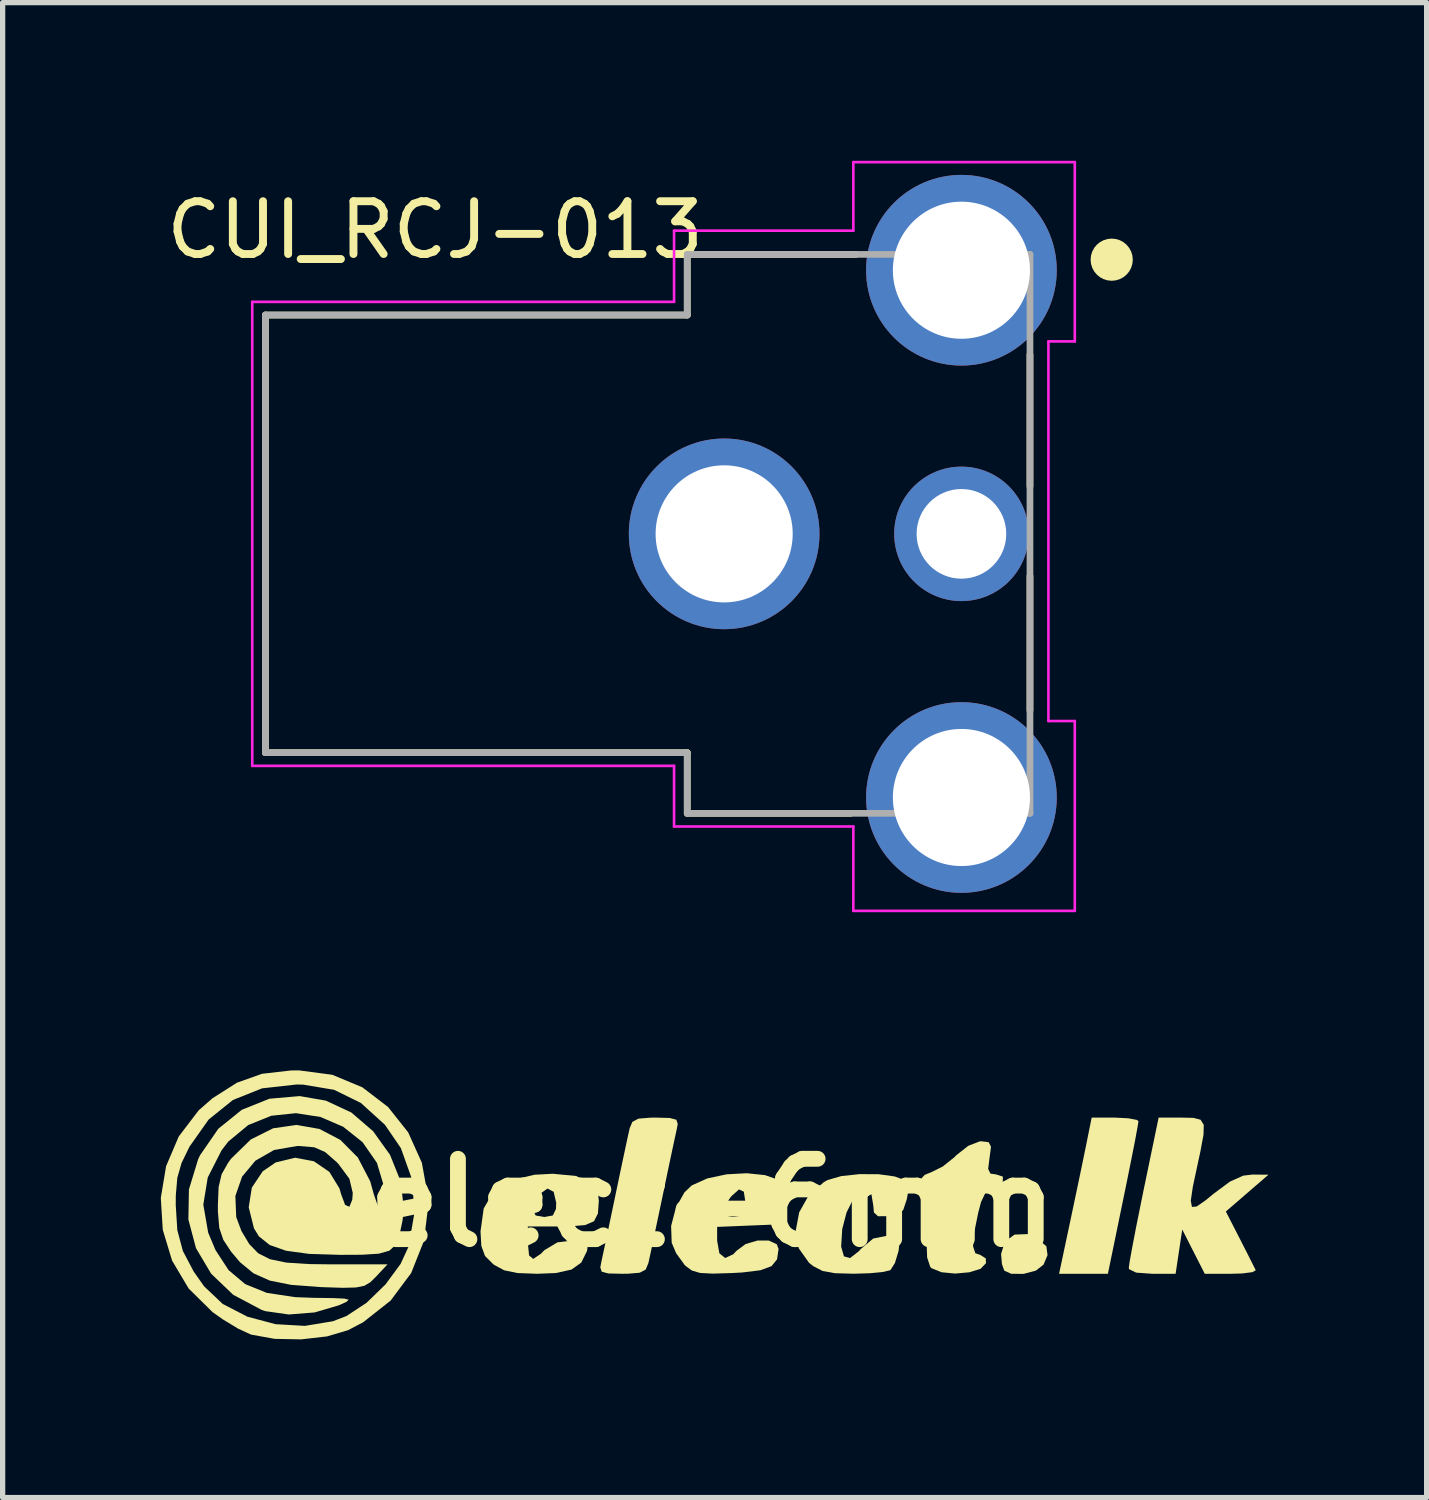
<source format=kicad_pcb>
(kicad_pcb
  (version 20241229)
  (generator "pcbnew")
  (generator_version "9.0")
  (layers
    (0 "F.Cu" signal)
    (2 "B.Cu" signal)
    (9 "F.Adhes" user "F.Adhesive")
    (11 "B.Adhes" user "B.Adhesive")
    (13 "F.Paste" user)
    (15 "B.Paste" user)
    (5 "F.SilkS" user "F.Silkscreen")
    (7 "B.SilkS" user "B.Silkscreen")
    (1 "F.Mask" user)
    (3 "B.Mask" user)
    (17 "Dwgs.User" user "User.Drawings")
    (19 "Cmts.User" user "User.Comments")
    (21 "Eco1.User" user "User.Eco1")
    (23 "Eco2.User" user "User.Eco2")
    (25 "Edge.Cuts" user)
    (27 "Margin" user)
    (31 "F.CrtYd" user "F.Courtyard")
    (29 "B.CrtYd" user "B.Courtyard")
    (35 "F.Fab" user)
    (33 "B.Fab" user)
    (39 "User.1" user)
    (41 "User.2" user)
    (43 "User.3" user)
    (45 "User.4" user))
  (footprint "elect-6mm"
    (layer "F.Cu")
    (at 10.461 19.762)
    (property "Reference" "elect-6mm" (at 0 0 0) (layer "F.SilkS") (effects (font (size 1.524 1.524) (thickness 0.3))))
    (attr board_only exclude_from_pos_files exclude_from_bom)
    (fp_poly (pts (xy 6.16 0.673) (xy 6.334 0.825) (xy 6.356 0.992) (xy 6.28 1.173) (xy 6.135 1.286) (xy 5.902 1.348) (xy 5.667 1.346) (xy 5.535 1.286) (xy 5.491 1.161) (xy 5.475 0.97) (xy 5.547 0.736) (xy 5.73 0.603) (xy 5.975 0.593)) (stroke (width 0) (type solid)) (fill yes) (layer "F.SilkS"))
    (fp_poly (pts (xy 7.89 -1.603) (xy 8.051 -1.572) (xy 8.081 -1.548) (xy 8.064 -1.442) (xy 8.018 -1.19) (xy 7.946 -0.826) (xy 7.856 -0.38) (xy 7.792 -0.067) (xy 7.501 1.346) (xy 6.575 1.346) (xy 6.78 0.381) (xy 6.877 -0.079) (xy 6.973 -0.536) (xy 7.053 -0.924) (xy 7.089 -1.099) (xy 7.193 -1.616) (xy 7.635 -1.616)) (stroke (width 0) (type solid)) (fill yes) (layer "F.SilkS"))
    (fp_poly (pts (xy -0.81 -1.609) (xy -0.684 -1.576) (xy -0.657 -1.497) (xy -0.672 -1.414) (xy -0.708 -1.249) (xy -0.772 -0.951) (xy -0.854 -0.563) (xy -0.943 -0.135) (xy -1.035 0.301) (xy -1.116 0.688) (xy -1.179 0.984) (xy -1.214 1.144) (xy -1.265 1.266) (xy -1.378 1.326) (xy -1.604 1.345) (xy -1.709 1.346) (xy -1.973 1.34) (xy -2.098 1.307) (xy -2.126 1.227) (xy -2.111 1.144) (xy -2.076 0.98) (xy -2.012 0.682) (xy -1.931 0.294) (xy -1.841 -0.135) (xy -1.75 -0.571) (xy -1.668 -0.958) (xy -1.605 -1.253) (xy -1.569 -1.414) (xy -1.518 -1.535) (xy -1.404 -1.596) (xy -1.178 -1.615) (xy -1.074 -1.616)) (stroke (width 0) (type solid)) (fill yes) (layer "F.SilkS"))
    (fp_poly (pts (xy 9.122 -1.611) (xy 9.258 -1.576) (xy 9.319 -1.479) (xy 9.314 -1.289) (xy 9.255 -0.973) (xy 9.2 -0.718) (xy 9.111 -0.3) (xy 9.073 -0.039) (xy 9.095 0.078) (xy 9.185 0.07) (xy 9.353 -0.047) (xy 9.504 -0.171) (xy 9.815 -0.402) (xy 10.067 -0.515) (xy 10.244 -0.536) (xy 10.546 -0.533) (xy 10.142 -0.184) (xy 9.738 0.165) (xy 10.006 0.688) (xy 10.148 0.967) (xy 10.256 1.181) (xy 10.305 1.279) (xy 10.242 1.315) (xy 10.046 1.34) (xy 9.837 1.346) (xy 9.338 1.346) (xy 9.124 0.926) (xy 8.911 0.506) (xy 8.785 1.346) (xy 8.341 1.346) (xy 8.037 1.324) (xy 7.903 1.259) (xy 7.897 1.234) (xy 7.914 1.111) (xy 7.962 0.846) (xy 8.034 0.471) (xy 8.125 0.019) (xy 8.179 -0.247) (xy 8.463 -1.616) (xy 8.899 -1.616)) (stroke (width 0) (type solid)) (fill yes) (layer "F.SilkS"))
    (fp_poly (pts (xy 5.239 -1.15) (xy 5.284 -1.064) (xy 5.257 -0.857) (xy 5.256 -0.853) (xy 5.23 -0.642) (xy 5.273 -0.554) (xy 5.378 -0.539) (xy 5.51 -0.496) (xy 5.507 -0.404) (xy 5.384 -0.287) (xy 5.301 -0.269) (xy 5.188 -0.21) (xy 5.095 -0.015) (xy 5.042 0.186) (xy 4.962 0.58) (xy 4.944 0.828) (xy 4.987 0.956) (xy 5.078 0.987) (xy 5.185 1.054) (xy 5.189 1.144) (xy 5.087 1.251) (xy 4.872 1.318) (xy 4.604 1.342) (xy 4.345 1.317) (xy 4.158 1.241) (xy 4.131 1.214) (xy 4.073 1.038) (xy 4.062 0.74) (xy 4.095 0.373) (xy 4.17 -0.013) (xy 4.184 -0.067) (xy 4.196 -0.222) (xy 4.086 -0.268) (xy 4.052 -0.269) (xy 3.923 -0.314) (xy 3.92 -0.417) (xy 4.026 -0.529) (xy 4.174 -0.591) (xy 4.369 -0.689) (xy 4.589 -0.864) (xy 4.629 -0.905) (xy 4.853 -1.081) (xy 5.07 -1.165) (xy 5.098 -1.167)) (stroke (width 0) (type solid)) (fill yes) (layer "F.SilkS"))
    (fp_poly (pts (xy 3.155 -0.542) (xy 3.457 -0.5) (xy 3.573 -0.458) (xy 3.69 -0.353) (xy 3.707 -0.181) (xy 3.688 -0.07) (xy 3.618 0.139) (xy 3.482 0.23) (xy 3.34 0.253) (xy 3.141 0.255) (xy 3.063 0.183) (xy 3.052 0.056) (xy 3.015 -0.167) (xy 2.923 -0.248) (xy 2.798 -0.204) (xy 2.663 -0.054) (xy 2.544 0.184) (xy 2.464 0.492) (xy 2.462 0.504) (xy 2.442 0.831) (xy 2.495 1.016) (xy 2.61 1.048) (xy 2.778 0.918) (xy 2.815 0.875) (xy 3.049 0.678) (xy 3.3 0.628) (xy 3.492 0.641) (xy 3.554 0.717) (xy 3.531 0.91) (xy 3.529 0.92) (xy 3.462 1.141) (xy 3.378 1.275) (xy 3.374 1.278) (xy 3.239 1.311) (xy 2.982 1.336) (xy 2.675 1.345) (xy 2.322 1.335) (xy 2.088 1.292) (xy 1.912 1.201) (xy 1.833 1.138) (xy 1.639 0.865) (xy 1.58 0.531) (xy 1.646 0.18) (xy 1.828 -0.143) (xy 2.116 -0.394) (xy 2.188 -0.433) (xy 2.446 -0.507) (xy 2.793 -0.544)) (stroke (width 0) (type solid)) (fill yes) (layer "F.SilkS"))
    (fp_poly (pts (xy -2.587 -0.509) (xy -2.301 -0.378) (xy -2.166 -0.156) (xy -2.154 -0.038) (xy -2.171 0.203) (xy -2.245 0.349) (xy -2.413 0.422) (xy -2.708 0.447) (xy -2.882 0.449) (xy -3.5 0.449) (xy -3.5 0.763) (xy -3.477 0.998) (xy -3.398 1.064) (xy -3.252 0.966) (xy -3.186 0.898) (xy -2.939 0.75) (xy -2.673 0.718) (xy -2.449 0.728) (xy -2.364 0.777) (xy -2.374 0.893) (xy -2.381 0.92) (xy -2.487 1.134) (xy -2.672 1.266) (xy -2.969 1.332) (xy -3.326 1.346) (xy -3.697 1.332) (xy -3.949 1.28) (xy -4.138 1.178) (xy -4.161 1.16) (xy -4.313 1.008) (xy -4.382 0.818) (xy -4.398 0.544) (xy -4.34 0.125) (xy -3.403 0.125) (xy -3.353 0.24) (xy -3.186 0.269) (xy -3.026 0.24) (xy -2.967 0.117) (xy -2.962 0) (xy -3.011 -0.209) (xy -3.128 -0.27) (xy -3.27 -0.17) (xy -3.318 -0.096) (xy -3.403 0.125) (xy -4.34 0.125) (xy -4.338 0.109) (xy -4.153 -0.211) (xy -3.836 -0.423) (xy -3.377 -0.532) (xy -3.026 -0.551)) (stroke (width 0) (type solid)) (fill yes) (layer "F.SilkS"))
    (fp_poly (pts (xy 0.998 -0.525) (xy 1.26 -0.433) (xy 1.36 -0.343) (xy 1.407 -0.177) (xy 1.416 0.067) (xy 1.415 0.09) (xy 1.391 0.404) (xy 0.74 0.43) (xy 0.09 0.457) (xy 0.09 0.717) (xy 0.132 0.957) (xy 0.242 1.047) (xy 0.397 0.975) (xy 0.455 0.912) (xy 0.63 0.782) (xy 0.854 0.716) (xy 1.07 0.716) (xy 1.22 0.785) (xy 1.255 0.875) (xy 1.226 1.072) (xy 1.122 1.201) (xy 0.912 1.279) (xy 0.567 1.321) (xy 0.372 1.332) (xy 0.003 1.343) (xy -0.235 1.33) (xy -0.39 1.284) (xy -0.507 1.198) (xy -0.527 1.178) (xy -0.689 0.954) (xy -0.772 0.757) (xy -0.783 0.44) (xy -0.703 0.133) (xy 0.2 0.133) (xy 0.215 0.237) (xy 0.37 0.269) (xy 0.404 0.269) (xy 0.564 0.24) (xy 0.623 0.117) (xy 0.628 0) (xy 0.596 -0.211) (xy 0.505 -0.254) (xy 0.362 -0.127) (xy 0.319 -0.07) (xy 0.2 0.133) (xy -0.703 0.133) (xy -0.694 0.096) (xy -0.53 -0.198) (xy -0.392 -0.33) (xy -0.096 -0.463) (xy 0.268 -0.54) (xy 0.65 -0.561)) (stroke (width 0) (type solid)) (fill yes) (layer "F.SilkS"))
    (fp_poly (pts (xy -7.208 -2.428) (xy -6.638 -2.19) (xy -6.152 -1.818) (xy -5.769 -1.335) (xy -5.51 -0.759) (xy -5.393 -0.112) (xy -5.388 0.045) (xy -5.471 0.723) (xy -5.713 1.332) (xy -6.102 1.854) (xy -6.624 2.266) (xy -6.911 2.416) (xy -7.31 2.534) (xy -7.8 2.59) (xy -8.303 2.58) (xy -8.74 2.501) (xy -8.762 2.494) (xy -8.99 2.389) (xy -9.28 2.214) (xy -9.479 2.074) (xy -9.932 1.627) (xy -10.247 1.097) (xy -10.424 0.512) (xy -10.453 0.045) (xy -10.178 0.045) (xy -10.148 0.518) (xy -10.043 0.913) (xy -9.839 1.301) (xy -9.64 1.584) (xy -9.287 1.918) (xy -8.819 2.16) (xy -8.284 2.302) (xy -7.728 2.334) (xy -7.197 2.246) (xy -6.94 2.147) (xy -6.56 1.897) (xy -6.2 1.548) (xy -5.913 1.158) (xy -5.76 0.825) (xy -5.649 0.176) (xy -5.7 -0.454) (xy -5.908 -1.037) (xy -6.21 -1.479) (xy -6.667 -1.894) (xy -7.174 -2.143) (xy -7.76 -2.241) (xy -7.885 -2.244) (xy -8.54 -2.171) (xy -9.094 -1.95) (xy -9.554 -1.579) (xy -9.917 -1.065) (xy -10.068 -0.755) (xy -10.148 -0.475) (xy -10.177 -0.14) (xy -10.178 0.045) (xy -10.453 0.045) (xy -10.461 -0.095) (xy -10.361 -0.695) (xy -10.121 -1.258) (xy -9.743 -1.754) (xy -9.481 -1.983) (xy -9.015 -2.279) (xy -8.542 -2.447) (xy -7.993 -2.51) (xy -7.843 -2.512)) (stroke (width 0) (type solid)) (fill yes) (layer "F.SilkS"))
    (fp_poly (pts (xy -7.332 -1.938) (xy -6.848 -1.713) (xy -6.435 -1.358) (xy -6.115 -0.912) (xy -5.913 -0.41) (xy -5.852 0.109) (xy -5.877 0.337) (xy -5.935 0.613) (xy -6.006 0.797) (xy -6.126 0.908) (xy -6.327 0.965) (xy -6.643 0.985) (xy -7.058 0.987) (xy -7.648 0.969) (xy -8.086 0.909) (xy -8.395 0.801) (xy -8.6 0.637) (xy -8.694 0.485) (xy -8.794 0.084) (xy -8.735 -0.288) (xy -8.529 -0.597) (xy -8.282 -0.766) (xy -7.912 -0.855) (xy -7.558 -0.788) (xy -7.264 -0.586) (xy -7.072 -0.271) (xy -7.043 -0.168) (xy -6.966 0.039) (xy -6.885 0.075) (xy -6.83 -0.059) (xy -6.821 -0.188) (xy -6.885 -0.457) (xy -7.092 -0.736) (xy -7.126 -0.772) (xy -7.345 -0.963) (xy -7.551 -1.053) (xy -7.834 -1.077) (xy -7.877 -1.077) (xy -8.313 -1.002) (xy -8.668 -0.798) (xy -8.919 -0.497) (xy -9.047 -0.13) (xy -9.031 0.27) (xy -8.932 0.535) (xy -8.783 0.783) (xy -8.614 0.957) (xy -8.39 1.07) (xy -8.078 1.134) (xy -7.645 1.162) (xy -7.242 1.167) (xy -6.162 1.167) (xy -6.379 1.4) (xy -6.489 1.508) (xy -6.602 1.574) (xy -6.761 1.606) (xy -7.008 1.612) (xy -7.385 1.6) (xy -7.449 1.597) (xy -7.99 1.556) (xy -8.395 1.475) (xy -8.704 1.337) (xy -8.959 1.127) (xy -9.128 0.927) (xy -9.276 0.702) (xy -9.352 0.477) (xy -9.378 0.176) (xy -9.379 0.045) (xy -9.365 -0.299) (xy -9.308 -0.541) (xy -9.186 -0.757) (xy -9.128 -0.837) (xy -8.754 -1.202) (xy -8.331 -1.413) (xy -7.888 -1.477) (xy -7.453 -1.401) (xy -7.056 -1.193) (xy -6.725 -0.86) (xy -6.49 -0.409) (xy -6.42 -0.157) (xy -6.348 0.049) (xy -6.272 0.094) (xy -6.218 -0.006) (xy -6.213 -0.234) (xy -6.218 -0.276) (xy -6.363 -0.759) (xy -6.635 -1.15) (xy -7.002 -1.442) (xy -7.434 -1.628) (xy -7.899 -1.7) (xy -8.366 -1.651) (xy -8.804 -1.474) (xy -9.182 -1.161) (xy -9.309 -0.995) (xy -9.571 -0.48) (xy -9.655 0.035) (xy -9.563 0.565) (xy -9.423 0.898) (xy -9.176 1.276) (xy -8.861 1.542) (xy -8.451 1.708) (xy -7.916 1.789) (xy -7.566 1.802) (xy -7.192 1.807) (xy -6.977 1.817) (xy -6.899 1.837) (xy -6.936 1.876) (xy -7.068 1.937) (xy -7.082 1.943) (xy -7.543 2.079) (xy -8.034 2.118) (xy -8.476 2.055) (xy -8.549 2.031) (xy -9.089 1.744) (xy -9.507 1.344) (xy -9.794 0.86) (xy -9.938 0.318) (xy -9.928 -0.253) (xy -9.753 -0.827) (xy -9.716 -0.904) (xy -9.371 -1.404) (xy -8.925 -1.764) (xy -8.402 -1.974) (xy -7.827 -2.024)) (stroke (width 0) (type solid)) (fill yes) (layer "F.SilkS")))
  (footprint "CUI_RCJ-013"
    (layer "F.Cu")
    (at 9.234 7.075)
    (property "Reference" "CUI_RCJ-013" (at -4.031 -5.763 0) (layer "F.SilkS") (effects (font (size 1.001 1.001) (thickness 0.15))))
    (attr through_hole)
    (fp_line (start -7.25 -4.15) (end -7.25 4.15) (stroke (width 0.127) (type solid)) (layer "F.SilkS"))
    (fp_line (start -7.25 4.15) (end 0.75 4.15) (stroke (width 0.127) (type solid)) (layer "F.SilkS"))
    (fp_line (start 0.75 -5.3) (end 0.75 -4.15) (stroke (width 0.127) (type solid)) (layer "F.SilkS"))
    (fp_line (start 0.75 -4.15) (end -7.25 -4.15) (stroke (width 0.127) (type solid)) (layer "F.SilkS"))
    (fp_line (start 0.75 4.15) (end 0.75 5.3) (stroke (width 0.127) (type solid)) (layer "F.SilkS"))
    (fp_line (start 0.75 5.3) (end 3.85 5.3) (stroke (width 0.127) (type solid)) (layer "F.SilkS"))
    (fp_line (start 3.95 -5.3) (end 0.75 -5.3) (stroke (width 0.127) (type solid)) (layer "F.SilkS"))
    (fp_line (start 7.25 -0.9) (end 7.25 -3.4) (stroke (width 0.127) (type solid)) (layer "F.SilkS"))
    (fp_line (start 7.25 3.35) (end 7.25 0.8) (stroke (width 0.127) (type solid)) (layer "F.SilkS"))
    (fp_circle (center 8.8 -5.2) (end 9 -5.2) (stroke (width 0.4) (type solid)) (fill no) (layer "F.SilkS"))
    (fp_line (start -7.5 -4.4) (end -7.5 4.4) (stroke (width 0.05) (type solid)) (layer "F.CrtYd"))
    (fp_line (start -7.5 4.4) (end 0.5 4.4) (stroke (width 0.05) (type solid)) (layer "F.CrtYd"))
    (fp_line (start 0.5 -5.75) (end 0.5 -4.4) (stroke (width 0.05) (type solid)) (layer "F.CrtYd"))
    (fp_line (start 0.5 -4.4) (end -7.5 -4.4) (stroke (width 0.05) (type solid)) (layer "F.CrtYd"))
    (fp_line (start 0.5 4.4) (end 0.5 5.55) (stroke (width 0.05) (type solid)) (layer "F.CrtYd"))
    (fp_line (start 0.5 5.55) (end 3.9 5.55) (stroke (width 0.05) (type solid)) (layer "F.CrtYd"))
    (fp_line (start 3.9 -7.05) (end 8.1 -7.05) (stroke (width 0.05) (type solid)) (layer "F.CrtYd"))
    (fp_line (start 3.9 -5.75) (end 0.5 -5.75) (stroke (width 0.05) (type solid)) (layer "F.CrtYd"))
    (fp_line (start 3.9 -5.75) (end 3.9 -7.05) (stroke (width 0.05) (type solid)) (layer "F.CrtYd"))
    (fp_line (start 3.9 7.15) (end 3.9 5.55) (stroke (width 0.05) (type solid)) (layer "F.CrtYd"))
    (fp_line (start 7.6 -3.65) (end 7.6 3.55) (stroke (width 0.05) (type solid)) (layer "F.CrtYd"))
    (fp_line (start 7.6 3.55) (end 8.1 3.55) (stroke (width 0.05) (type solid)) (layer "F.CrtYd"))
    (fp_line (start 8.1 -7.05) (end 8.1 -3.65) (stroke (width 0.05) (type solid)) (layer "F.CrtYd"))
    (fp_line (start 8.1 -3.65) (end 7.6 -3.65) (stroke (width 0.05) (type solid)) (layer "F.CrtYd"))
    (fp_line (start 8.1 7.15) (end 3.9 7.15) (stroke (width 0.05) (type solid)) (layer "F.CrtYd"))
    (fp_line (start 8.1 7.15) (end 8.1 3.55) (stroke (width 0.05) (type solid)) (layer "F.CrtYd"))
    (fp_line (start -7.25 -4.15) (end -7.25 4.15) (stroke (width 0.127) (type solid)) (layer "F.Fab"))
    (fp_line (start -7.25 4.15) (end 0.75 4.15) (stroke (width 0.127) (type solid)) (layer "F.Fab"))
    (fp_line (start 0.75 -5.3) (end 0.75 -4.15) (stroke (width 0.127) (type solid)) (layer "F.Fab"))
    (fp_line (start 0.75 -4.15) (end -7.25 -4.15) (stroke (width 0.127) (type solid)) (layer "F.Fab"))
    (fp_line (start 0.75 4.15) (end 0.75 5.3) (stroke (width 0.127) (type solid)) (layer "F.Fab"))
    (fp_line (start 0.75 5.3) (end 7.25 5.3) (stroke (width 0.127) (type solid)) (layer "F.Fab"))
    (fp_line (start 7.25 -5.3) (end 0.75 -5.3) (stroke (width 0.127) (type solid)) (layer "F.Fab"))
    (fp_line (start 7.25 5.3) (end 7.25 -5.3) (stroke (width 0.127) (type solid)) (layer "F.Fab"))
    (pad "1A" thru_hole circle (at 5.95 -5) (size 3.616 3.616) (drill 2.6) (layers "*.Cu" "*.Mask"))
    (pad "1B" thru_hole circle (at 5.95 5) (size 3.616 3.616) (drill 2.6) (layers "*.Cu" "*.Mask"))
    (pad "1C" thru_hole circle (at 1.45 0) (size 3.616 3.616) (drill 2.6) (layers "*.Cu" "*.Mask"))
    (pad "2" thru_hole circle (at 5.95 0) (size 2.55 2.55) (drill 1.7) (layers "*.Cu" "*.Mask")))
  (gr_rect
    (start -3 -3)
    (end 24.007 25.352)
    (stroke (width 0.1) (type default))
    (fill no)
    (layer "Edge.Cuts")))
</source>
